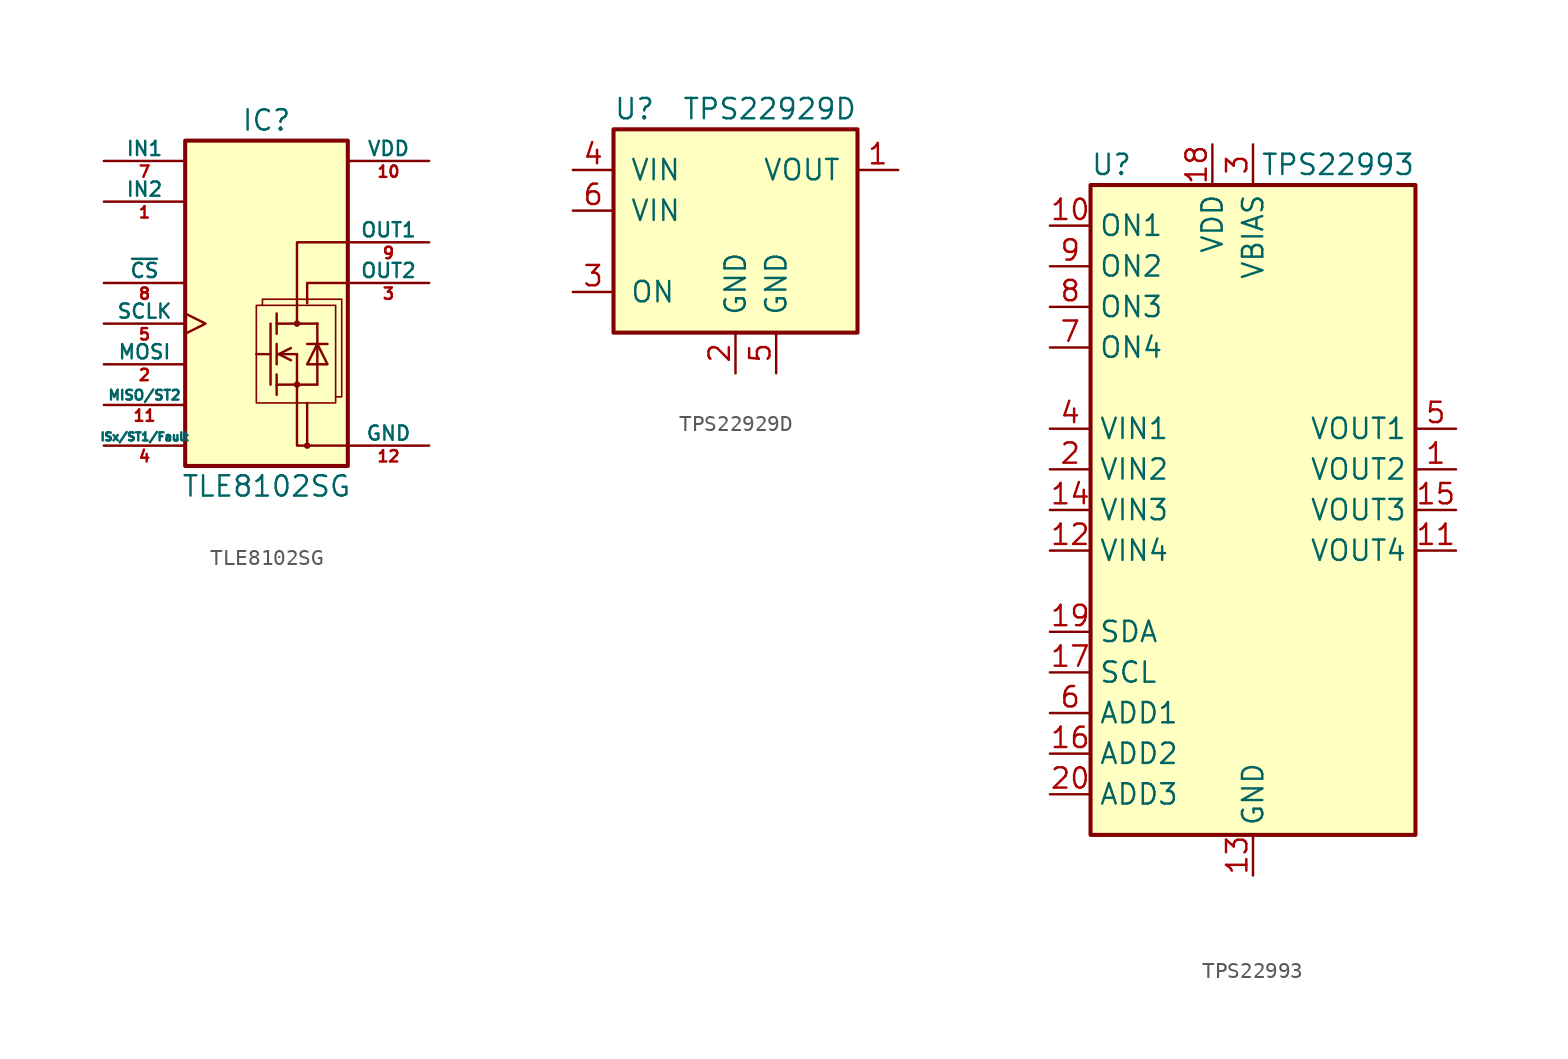
<source format=kicad_sym>
(kicad_symbol_lib
  (version 20211014)
  (generator kicad_symbol_editor)
  (symbol "TLE8102SG"
    (pin_names
      (offset 0))
    (property "Reference" "IC"
      (at 0 12.7 0)
      (effects (font (size 1.27 1.27))))
    (property "Value" "TLE8102SG"
      (at 0 -10.16 0)
      (effects (font (size 1.27 1.27))))
    (symbol "TLE8102SG_0_1"
      (rectangle (start -5.08 11.43) (end 5.08 -8.89) (stroke (width 0.254) (type default) (color 0 0 0 0)) (fill (type background)))
      (rectangle (start -0.635 1.143) (end 4.318 -4.953) (stroke (width 0.102) (type default) (color 0 0 0 0)) (fill (type background)))
      (polyline (pts (xy -0.635 -1.905) (xy 0.254 -1.905)) (stroke (width 0.152) (type default) (color 0 0 0 0)) (fill (type none)))
      (polyline (pts (xy 0.254 0) (xy 0.254 -3.81)) (stroke (width 0.152) (type default) (color 0 0 0 0)) (fill (type none)))
      (polyline (pts (xy 0.635 -3.81) (xy 3.175 -3.81)) (stroke (width 0.152) (type default) (color 0 0 0 0)) (fill (type none)))
      (polyline (pts (xy 0.635 -3.175) (xy 0.635 -4.445)) (stroke (width 0.152) (type default) (color 0 0 0 0)) (fill (type none)))
      (polyline (pts (xy 0.635 -1.27) (xy 0.635 -2.54)) (stroke (width 0.152) (type default) (color 0 0 0 0)) (fill (type none)))
      (polyline (pts (xy 0.635 0.635) (xy 0.635 -0.635)) (stroke (width 0.152) (type default) (color 0 0 0 0)) (fill (type none)))
      (polyline (pts (xy 0.762 -1.905) (xy 1.524 -2.286)) (stroke (width 0.152) (type default) (color 0 0 0 0)) (fill (type none)))
      (polyline (pts (xy 0.762 -1.905) (xy 1.524 -1.524)) (stroke (width 0.152) (type default) (color 0 0 0 0)) (fill (type none)))
      (polyline (pts (xy 0.762 -1.905) (xy 1.905 -1.905)) (stroke (width 0) (type default) (color 0 0 0 0)) (fill (type none)))
      (polyline (pts (xy 2.54 -4.953) (xy 2.54 -7.62)) (stroke (width 0.152) (type default) (color 0 0 0 0)) (fill (type none)))
      (polyline (pts (xy 2.54 -1.27) (xy 3.81 -1.27)) (stroke (width 0.152) (type default) (color 0 0 0 0)) (fill (type none)))
      (polyline (pts (xy 3.175 0) (xy 0.635 0)) (stroke (width 0.152) (type default) (color 0 0 0 0)) (fill (type none)))
      (polyline (pts (xy 3.175 0) (xy 3.175 -3.81)) (stroke (width 0.152) (type default) (color 0 0 0 0)) (fill (type none)))
      (polyline (pts (xy 3.175 0) (xy 3.175 0)) (stroke (width 0) (type default) (color 0 0 0 0)) (fill (type none)))
      (polyline (pts (xy 5.08 -7.62) (xy 2.54 -7.62)) (stroke (width 0.152) (type default) (color 0 0 0 0)) (fill (type none)))
      (polyline (pts (xy 1.905 -1.905) (xy 1.905 -2.54) (xy 1.905 -3.81)) (stroke (width 0.152) (type default) (color 0 0 0 0)) (fill (type none)))
      (polyline (pts (xy 1.905 0) (xy 1.905 5.08) (xy 5.08 5.08)) (stroke (width 0.152) (type default) (color 0 0 0 0)) (fill (type none)))
      (polyline (pts (xy 2.54 -7.62) (xy 1.905 -7.62) (xy 1.905 -3.81)) (stroke (width 0.152) (type default) (color 0 0 0 0)) (fill (type none)))
      (polyline (pts (xy 5.08 2.54) (xy 2.54 2.54) (xy 2.54 1.27)) (stroke (width 0.152) (type default) (color 0 0 0 0)) (fill (type none)))
      (polyline (pts (xy 3.175 -1.27) (xy 2.54 -2.54) (xy 3.81 -2.54) (xy 3.175 -1.27)) (stroke (width 0.152) (type default) (color 0 0 0 0)) (fill (type none)))
      (polyline (pts (xy -0.254 1.143) (xy -0.254 1.524) (xy 4.699 1.524) (xy 4.699 -4.572) (xy 4.318 -4.572)) (stroke (width 0.102) (type default) (color 0 0 0 0)) (fill (type background)))
      (circle (center 1.905 -3.81) (radius 0.127) (stroke (width 0.152) (type default) (color 0 0 0 0)) (fill (type none)))
      (circle (center 1.905 0) (radius 0.127) (stroke (width 0.152) (type default) (color 0 0 0 0)) (fill (type none)))
      (circle (center 2.54 -7.62) (radius 0.127) (stroke (width 0.152) (type default) (color 0 0 0 0)) (fill (type none))))
    (symbol "TLE8102SG_1_1"
      (pin input line (at -10.16 7.62 0) (length 5.08) (name "IN2" (effects (font (size 0.889 0.889)))) (number "1" (effects (font (size 0.711 0.711)))))
      (pin power_in line (at 10.16 10.16 180) (length 5.08) (name "VDD" (effects (font (size 0.889 0.889)))) (number "10" (effects (font (size 0.711 0.711)))))
      (pin passive line (at -10.16 -5.08 0) (length 5.08) (name "MISO/ST2" (effects (font (size 0.61 0.61)))) (number "11" (effects (font (size 0.711 0.711)))))
      (pin power_in line (at 10.16 -7.62 180) (length 5.08) (name "GND" (effects (font (size 0.889 0.889)))) (number "12" (effects (font (size 0.711 0.711)))))
      (pin passive line (at 10.16 -7.62 180) (length 5.08) hide (name "GND" (effects (font (size 0.889 0.889)))) (number "13" (effects (font (size 0.711 0.711)))))
      (pin input line (at -10.16 -2.54 0) (length 5.08) (name "MOSI" (effects (font (size 0.889 0.889)))) (number "2" (effects (font (size 0.711 0.711)))))
      (pin open_collector line (at 10.16 2.54 180) (length 5.08) (name "OUT2" (effects (font (size 0.889 0.889)))) (number "3" (effects (font (size 0.711 0.711)))))
      (pin passive line (at -10.16 -7.62 0) (length 5.08) (name "ISx/ST1/Fault" (effects (font (size 0.508 0.508)))) (number "4" (effects (font (size 0.711 0.711)))))
      (pin input clock (at -10.16 0 0) (length 5.08) (name "SCLK" (effects (font (size 0.889 0.889)))) (number "5" (effects (font (size 0.711 0.711)))))
      (pin passive line (at 10.16 -7.62 180) (length 5.08) hide (name "GND" (effects (font (size 0.889 0.889)))) (number "6" (effects (font (size 0.711 0.711)))))
      (pin input line (at -10.16 10.16 0) (length 5.08) (name "IN1" (effects (font (size 0.889 0.889)))) (number "7" (effects (font (size 0.711 0.711)))))
      (pin input line (at -10.16 2.54 0) (length 5.08) (name "~{CS}" (effects (font (size 0.889 0.889)))) (number "8" (effects (font (size 0.711 0.711)))))
      (pin open_collector line (at 10.16 5.08 180) (length 5.08) (name "OUT1" (effects (font (size 0.889 0.889)))) (number "9" (effects (font (size 0.711 0.711)))))))
  (symbol "TPS22929D"
    (pin_names
      (offset 1.016))
    (property "Reference" "U"
      (at -7.62 8.89 0)
      (effects (font (size 1.27 1.27)) (justify left)))
    (property "Value" "TPS22929D"
      (at 7.62 8.89 0)
      (effects (font (size 1.27 1.27)) (justify right)))
    (symbol "TPS22929D_0_1"
      (rectangle (start -7.62 7.62) (end 7.62 -5.08) (stroke (width 0.254) (type default) (color 0 0 0 0)) (fill (type background))))
    (symbol "TPS22929D_1_1"
      (pin power_out line (at 10.16 5.08 180) (length 2.54) (name "VOUT" (effects (font (size 1.27 1.27)))) (number "1" (effects (font (size 1.27 1.27)))))
      (pin power_in line (at 0 -7.62 90) (length 2.54) (name "GND" (effects (font (size 1.27 1.27)))) (number "2" (effects (font (size 1.27 1.27)))))
      (pin input line (at -10.16 -2.54 0) (length 2.54) (name "ON" (effects (font (size 1.27 1.27)))) (number "3" (effects (font (size 1.27 1.27)))))
      (pin power_in line (at -10.16 5.08 0) (length 2.54) (name "VIN" (effects (font (size 1.27 1.27)))) (number "4" (effects (font (size 1.27 1.27)))))
      (pin power_in line (at 2.54 -7.62 90) (length 2.54) (name "GND" (effects (font (size 1.27 1.27)))) (number "5" (effects (font (size 1.27 1.27)))))
      (pin power_in line (at -10.16 2.54 0) (length 2.54) (name "VIN" (effects (font (size 1.27 1.27)))) (number "6" (effects (font (size 1.27 1.27)))))))
  (symbol "TPS22993"
    (property "Reference" "U"
      (at -10.16 21.59 0)
      (effects (font (size 1.27 1.27)) (justify left)))
    (property "Value" "TPS22993"
      (at 10.16 21.59 0)
      (effects (font (size 1.27 1.27)) (justify right)))
    (symbol "TPS22993_0_1"
      (rectangle (start -10.16 20.32) (end 10.16 -20.32) (stroke (width 0.254) (type default) (color 0 0 0 0)) (fill (type background))))
    (symbol "TPS22993_1_1"
      (pin passive line (at 12.7 2.54 180) (length 2.54) (name "VOUT2" (effects (font (size 1.27 1.27)))) (number "1" (effects (font (size 1.27 1.27)))))
      (pin input line (at -12.7 17.78 0) (length 2.54) (name "ON1" (effects (font (size 1.27 1.27)))) (number "10" (effects (font (size 1.27 1.27)))))
      (pin passive line (at 12.7 -2.54 180) (length 2.54) (name "VOUT4" (effects (font (size 1.27 1.27)))) (number "11" (effects (font (size 1.27 1.27)))))
      (pin passive line (at -12.7 -2.54 0) (length 2.54) (name "VIN4" (effects (font (size 1.27 1.27)))) (number "12" (effects (font (size 1.27 1.27)))))
      (pin power_in line (at 0 -22.86 90) (length 2.54) (name "GND" (effects (font (size 1.27 1.27)))) (number "13" (effects (font (size 1.27 1.27)))))
      (pin passive line (at -12.7 0 0) (length 2.54) (name "VIN3" (effects (font (size 1.27 1.27)))) (number "14" (effects (font (size 1.27 1.27)))))
      (pin passive line (at 12.7 0 180) (length 2.54) (name "VOUT3" (effects (font (size 1.27 1.27)))) (number "15" (effects (font (size 1.27 1.27)))))
      (pin input line (at -12.7 -15.24 0) (length 2.54) (name "ADD2" (effects (font (size 1.27 1.27)))) (number "16" (effects (font (size 1.27 1.27)))))
      (pin input line (at -12.7 -10.16 0) (length 2.54) (name "SCL" (effects (font (size 1.27 1.27)))) (number "17" (effects (font (size 1.27 1.27)))))
      (pin power_in line (at -2.54 22.86 270) (length 2.54) (name "VDD" (effects (font (size 1.27 1.27)))) (number "18" (effects (font (size 1.27 1.27)))))
      (pin bidirectional line (at -12.7 -7.62 0) (length 2.54) (name "SDA" (effects (font (size 1.27 1.27)))) (number "19" (effects (font (size 1.27 1.27)))))
      (pin passive line (at -12.7 2.54 0) (length 2.54) (name "VIN2" (effects (font (size 1.27 1.27)))) (number "2" (effects (font (size 1.27 1.27)))))
      (pin input line (at -12.7 -17.78 0) (length 2.54) (name "ADD3" (effects (font (size 1.27 1.27)))) (number "20" (effects (font (size 1.27 1.27)))))
      (pin power_in line (at 0 22.86 270) (length 2.54) (name "VBIAS" (effects (font (size 1.27 1.27)))) (number "3" (effects (font (size 1.27 1.27)))))
      (pin passive line (at -12.7 5.08 0) (length 2.54) (name "VIN1" (effects (font (size 1.27 1.27)))) (number "4" (effects (font (size 1.27 1.27)))))
      (pin passive line (at 12.7 5.08 180) (length 2.54) (name "VOUT1" (effects (font (size 1.27 1.27)))) (number "5" (effects (font (size 1.27 1.27)))))
      (pin input line (at -12.7 -12.7 0) (length 2.54) (name "ADD1" (effects (font (size 1.27 1.27)))) (number "6" (effects (font (size 1.27 1.27)))))
      (pin input line (at -12.7 10.16 0) (length 2.54) (name "ON4" (effects (font (size 1.27 1.27)))) (number "7" (effects (font (size 1.27 1.27)))))
      (pin input line (at -12.7 12.7 0) (length 2.54) (name "ON3" (effects (font (size 1.27 1.27)))) (number "8" (effects (font (size 1.27 1.27)))))
      (pin input line (at -12.7 15.24 0) (length 2.54) (name "ON2" (effects (font (size 1.27 1.27)))) (number "9" (effects (font (size 1.27 1.27))))))))
</source>
